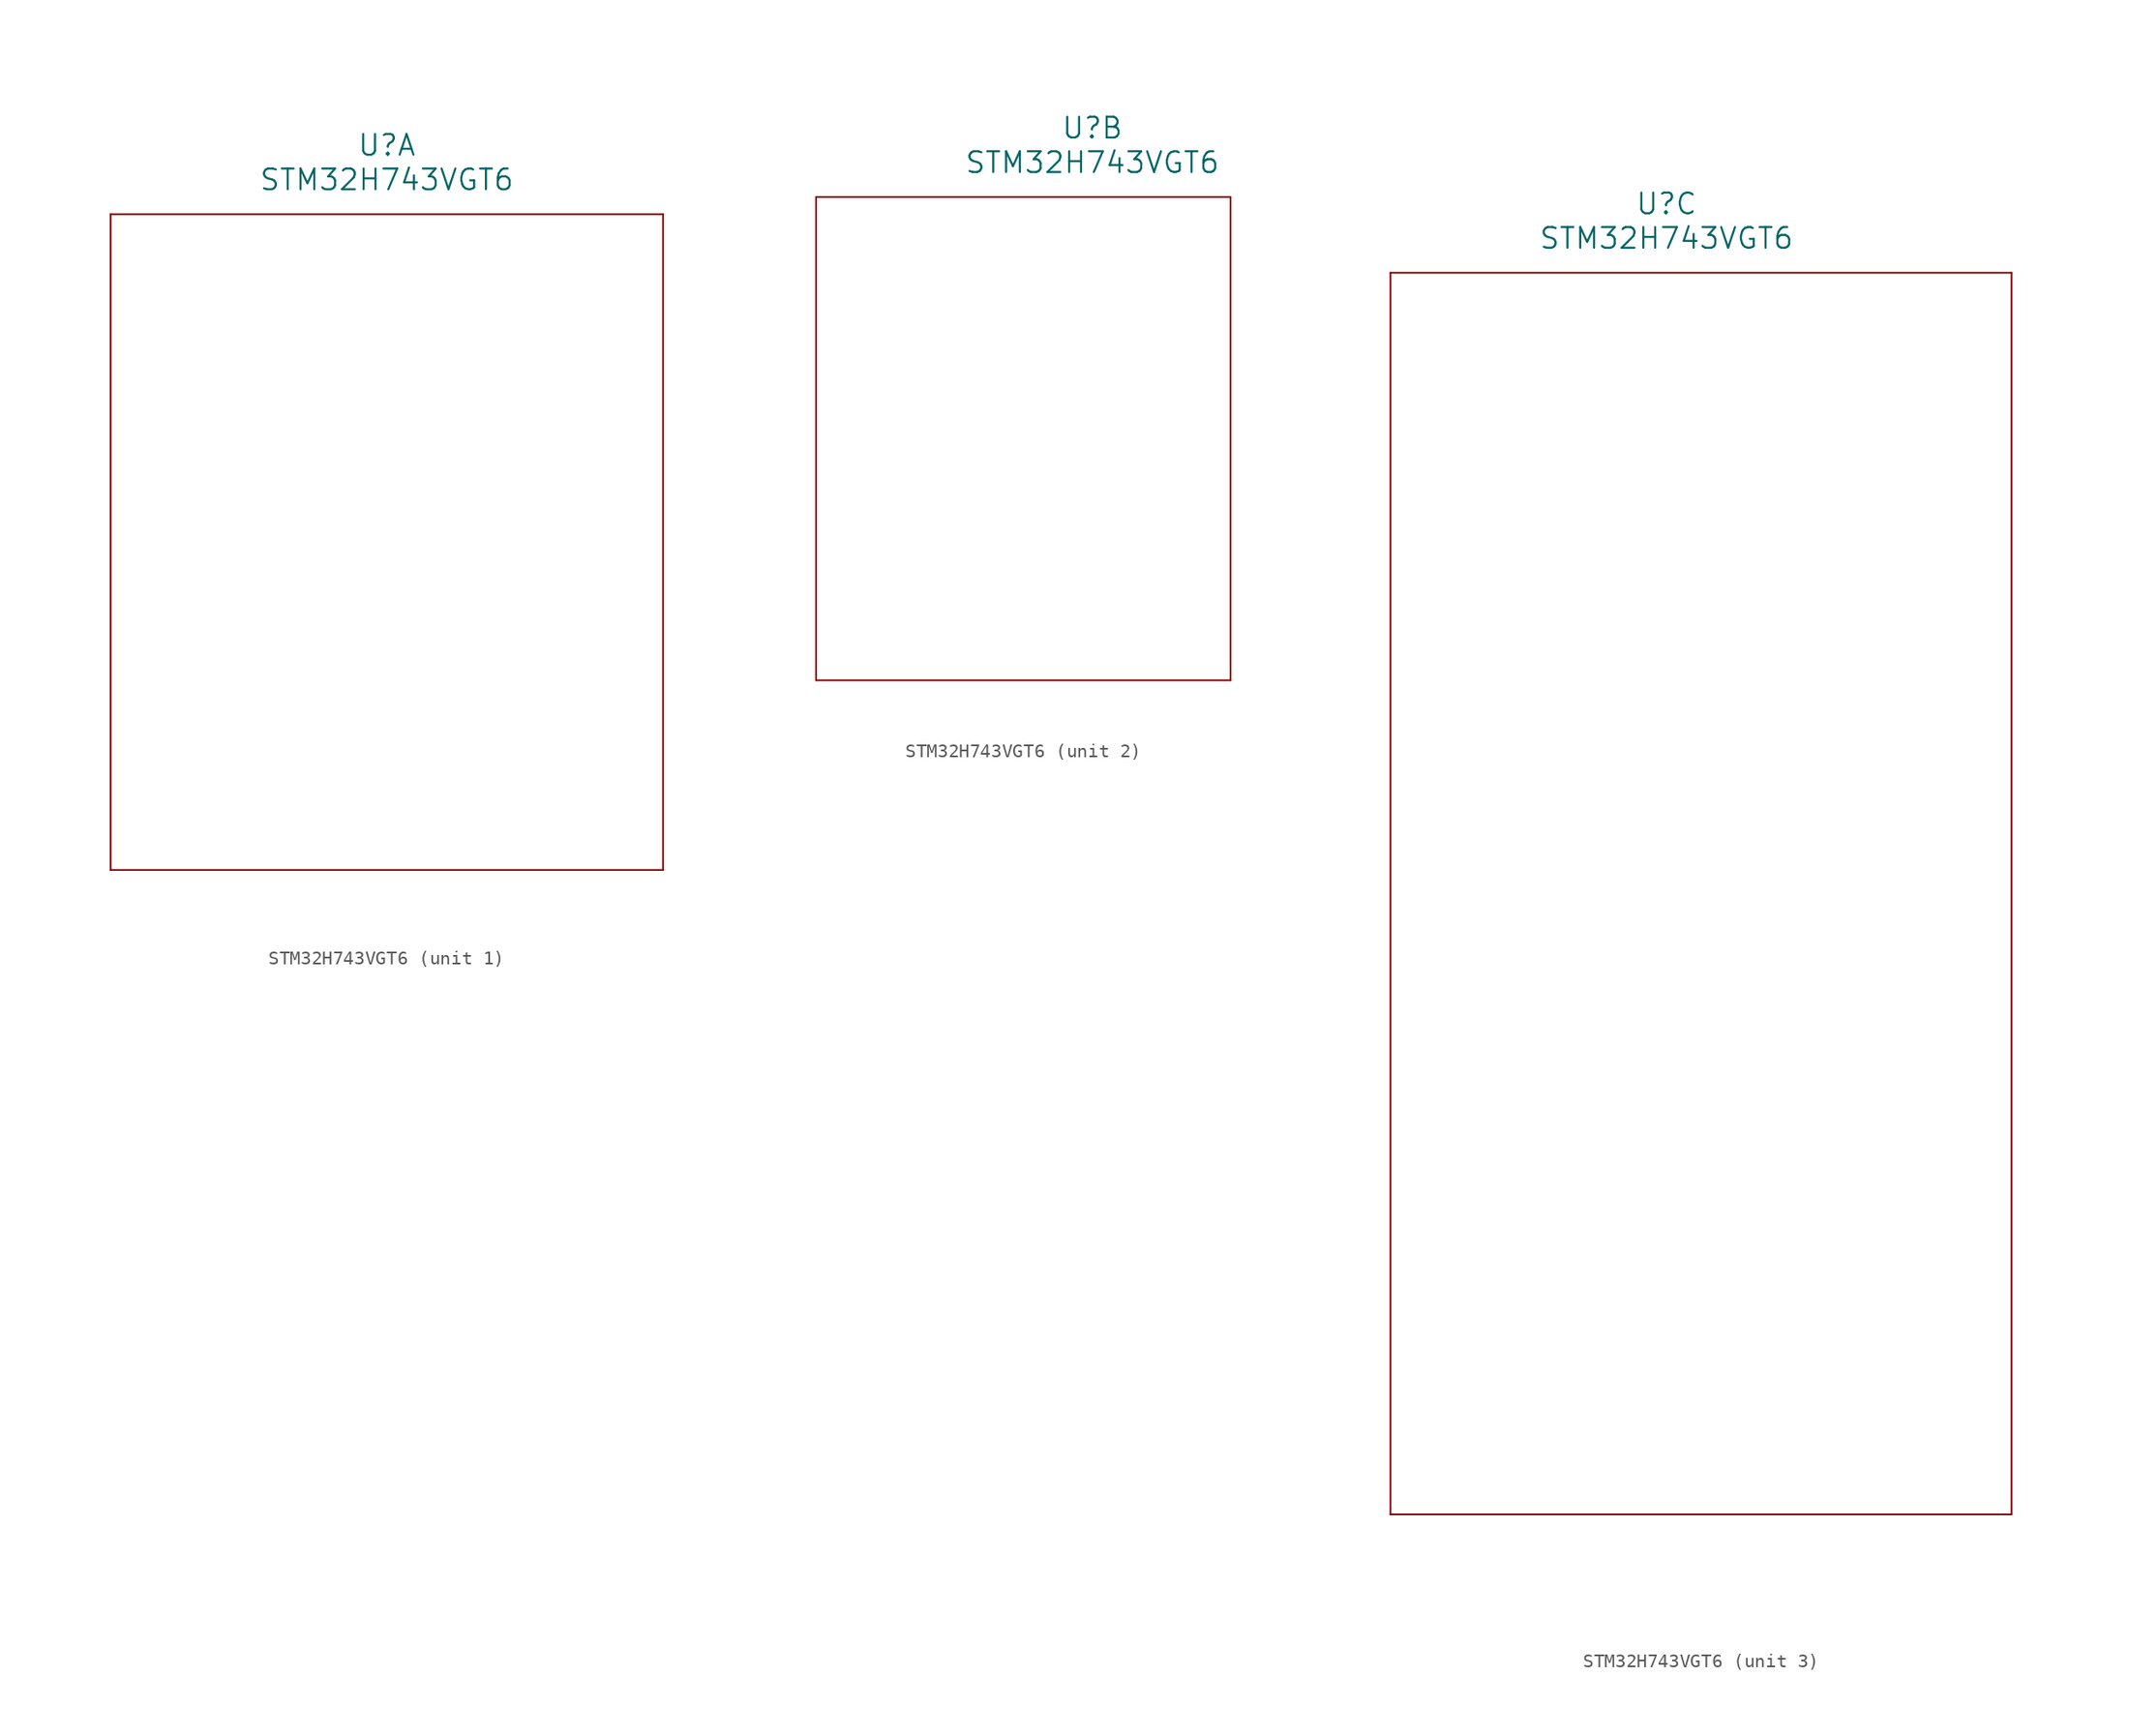
<source format=kicad_sym>
(kicad_symbol_lib
  (version 20211014)
  (generator kicad_symbol_editor)
  (symbol "STM32H743VGT6"
    (pin_names
      (offset 0.254))
    (property "Reference" "U"
      (at 27.94 10.16 0)
      (effects (font (size 1.524 1.524))))
    (property "Value" "STM32H743VGT6"
      (at 27.94 7.62 0)
      (effects (font (size 1.524 1.524))))
    (symbol "STM32H743VGT6_1_1"
      (polyline (pts (xy 7.62 5.08) (xy 7.62 -43.18)) (stroke (width 0.127) (type default) (color 0 0 0 0)) (fill (type none)))
      (polyline (pts (xy 7.62 -43.18) (xy 48.26 -43.18)) (stroke (width 0.127) (type default) (color 0 0 0 0)) (fill (type none)))
      (polyline (pts (xy 48.26 -43.18) (xy 48.26 5.08)) (stroke (width 0.127) (type default) (color 0 0 0 0)) (fill (type none)))
      (polyline (pts (xy 48.26 5.08) (xy 7.62 5.08)) (stroke (width 0.127) (type default) (color 0 0 0 0)) (fill (type none))))
    (symbol "STM32H743VGT6_2_1"
      (polyline (pts (xy 7.62 5.08) (xy 7.62 -30.48)) (stroke (width 0.127) (type default) (color 0 0 0 0)) (fill (type none)))
      (polyline (pts (xy 7.62 -30.48) (xy 38.1 -30.48)) (stroke (width 0.127) (type default) (color 0 0 0 0)) (fill (type none)))
      (polyline (pts (xy 38.1 -30.48) (xy 38.1 5.08)) (stroke (width 0.127) (type default) (color 0 0 0 0)) (fill (type none)))
      (polyline (pts (xy 38.1 5.08) (xy 7.62 5.08)) (stroke (width 0.127) (type default) (color 0 0 0 0)) (fill (type none))))
    (symbol "STM32H743VGT6_3_1"
      (polyline (pts (xy 7.62 5.08) (xy 7.62 -86.36)) (stroke (width 0.127) (type default) (color 0 0 0 0)) (fill (type none)))
      (polyline (pts (xy 7.62 -86.36) (xy 53.34 -86.36)) (stroke (width 0.127) (type default) (color 0 0 0 0)) (fill (type none)))
      (polyline (pts (xy 53.34 -86.36) (xy 53.34 5.08)) (stroke (width 0.127) (type default) (color 0 0 0 0)) (fill (type none)))
      (polyline (pts (xy 53.34 5.08) (xy 7.62 5.08)) (stroke (width 0.127) (type default) (color 0 0 0 0)) (fill (type none))))))
</source>
